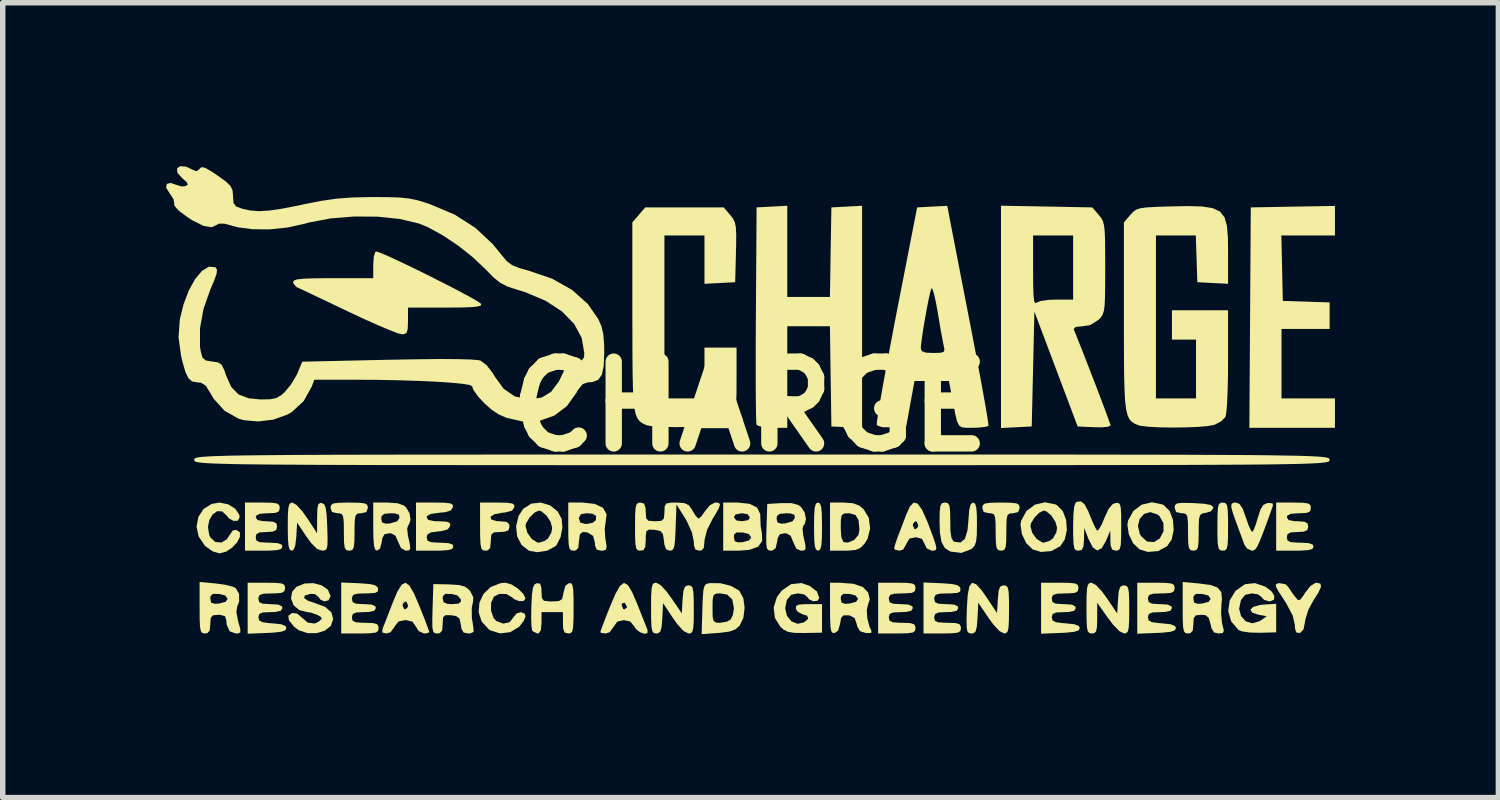
<source format=kicad_pcb>
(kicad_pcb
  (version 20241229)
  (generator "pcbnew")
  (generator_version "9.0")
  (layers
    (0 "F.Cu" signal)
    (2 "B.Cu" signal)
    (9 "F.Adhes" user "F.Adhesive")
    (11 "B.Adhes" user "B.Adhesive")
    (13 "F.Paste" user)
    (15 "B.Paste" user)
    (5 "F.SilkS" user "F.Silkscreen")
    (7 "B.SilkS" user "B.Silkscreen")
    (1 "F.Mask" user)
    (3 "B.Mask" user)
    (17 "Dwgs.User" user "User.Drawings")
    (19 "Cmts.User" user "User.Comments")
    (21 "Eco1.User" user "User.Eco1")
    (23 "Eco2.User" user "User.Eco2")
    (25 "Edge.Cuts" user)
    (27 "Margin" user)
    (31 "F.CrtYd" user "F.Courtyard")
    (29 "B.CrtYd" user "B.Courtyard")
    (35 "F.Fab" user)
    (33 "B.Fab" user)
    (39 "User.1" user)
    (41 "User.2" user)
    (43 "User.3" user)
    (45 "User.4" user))
  (footprint "CHARGE"
    (layer "F.Cu")
    (at 10.715 4.41)
    (property "Reference" "CHARGE" (at 0 0 0) (layer "F.SilkS") (effects (font (size 1.5 1.5) (thickness 0.3))))
    (attr board_only exclude_from_pos_files exclude_from_bom)
    (fp_poly (pts (xy 1.286 1.782) (xy 1.309 1.845) (xy 1.32 1.97) (xy 1.324 2.174) (xy 1.324 2.207) (xy 1.321 2.422) (xy 1.311 2.556) (xy 1.29 2.626) (xy 1.256 2.648) (xy 1.25 2.648) (xy 1.215 2.631) (xy 1.192 2.568) (xy 1.181 2.443) (xy 1.177 2.239) (xy 1.177 2.207) (xy 1.18 1.991) (xy 1.19 1.857) (xy 1.211 1.787) (xy 1.245 1.765) (xy 1.25 1.765)) (stroke (width 0) (type solid)) (fill yes) (layer "F.SilkS"))
    (fp_poly (pts (xy 8.726 1.773) (xy 8.755 1.807) (xy 8.77 1.888) (xy 8.776 2.033) (xy 8.777 2.207) (xy 8.776 2.416) (xy 8.768 2.547) (xy 8.75 2.616) (xy 8.718 2.644) (xy 8.679 2.648) (xy 8.633 2.641) (xy 8.604 2.606) (xy 8.588 2.526) (xy 8.582 2.381) (xy 8.581 2.207) (xy 8.583 1.997) (xy 8.59 1.867) (xy 8.608 1.797) (xy 8.64 1.77) (xy 8.679 1.765)) (stroke (width 0) (type solid)) (fill yes) (layer "F.SilkS"))
    (fp_poly (pts (xy 10.739 -3.409) (xy 10.739 -3.138) (xy 10.247 -3.138) (xy 9.755 -3.138) (xy 9.769 -2.538) (xy 9.782 -1.937) (xy 10.211 -1.923) (xy 10.641 -1.909) (xy 10.641 -1.665) (xy 10.641 -1.422) (xy 10.199 -1.422) (xy 9.758 -1.422) (xy 9.758 -0.785) (xy 9.758 -0.147) (xy 10.248 -0.147) (xy 10.739 -0.147) (xy 10.739 0.123) (xy 10.739 0.392) (xy 9.954 0.392) (xy 9.168 0.392) (xy 9.181 -1.63) (xy 9.194 -3.653) (xy 9.966 -3.667) (xy 10.739 -3.68)) (stroke (width 0) (type solid)) (fill yes) (layer "F.SilkS"))
    (fp_poly (pts (xy -4.457 1.768) (xy -4.361 1.782) (xy -4.325 1.811) (xy -4.324 1.851) (xy -4.368 1.913) (xy -4.483 1.945) (xy -4.548 1.952) (xy -4.692 1.98) (xy -4.76 2.026) (xy -4.749 2.074) (xy -4.655 2.105) (xy -4.585 2.108) (xy -4.466 2.119) (xy -4.419 2.162) (xy -4.413 2.207) (xy -4.432 2.274) (xy -4.507 2.301) (xy -4.585 2.305) (xy -4.7 2.312) (xy -4.747 2.355) (xy -4.756 2.463) (xy -4.756 2.476) (xy -4.767 2.595) (xy -4.81 2.642) (xy -4.854 2.648) (xy -4.901 2.641) (xy -4.93 2.606) (xy -4.945 2.526) (xy -4.952 2.381) (xy -4.953 2.207) (xy -4.953 1.765) (xy -4.63 1.765)) (stroke (width 0) (type solid)) (fill yes) (layer "F.SilkS"))
    (fp_poly (pts (xy 1.891 1.777) (xy 2.008 1.821) (xy 2.086 1.886) (xy 2.183 2.046) (xy 2.207 2.24) (xy 2.159 2.432) (xy 2.105 2.519) (xy 2.03 2.596) (xy 1.939 2.635) (xy 1.797 2.647) (xy 1.737 2.648) (xy 1.471 2.648) (xy 1.471 2.231) (xy 1.667 2.231) (xy 1.678 2.404) (xy 1.718 2.491) (xy 1.798 2.5) (xy 1.916 2.45) (xy 1.994 2.356) (xy 2.01 2.258) (xy 1.994 2.087) (xy 1.939 1.994) (xy 1.833 1.962) (xy 1.809 1.961) (xy 1.728 1.966) (xy 1.686 1.997) (xy 1.67 2.078) (xy 1.667 2.231) (xy 1.471 2.231) (xy 1.471 2.207) (xy 1.471 1.765) (xy 1.718 1.765)) (stroke (width 0) (type solid)) (fill yes) (layer "F.SilkS"))
    (fp_poly (pts (xy 8.987 1.79) (xy 9.045 1.877) (xy 9.102 2.035) (xy 9.153 2.18) (xy 9.198 2.278) (xy 9.22 2.305) (xy 9.25 2.262) (xy 9.292 2.15) (xy 9.322 2.047) (xy 9.372 1.891) (xy 9.424 1.808) (xy 9.496 1.775) (xy 9.508 1.773) (xy 9.593 1.778) (xy 9.601 1.822) (xy 9.495 2.117) (xy 9.415 2.332) (xy 9.356 2.479) (xy 9.313 2.572) (xy 9.278 2.622) (xy 9.246 2.644) (xy 9.211 2.648) (xy 9.123 2.607) (xy 9.077 2.538) (xy 9.038 2.432) (xy 8.98 2.274) (xy 8.931 2.143) (xy 8.865 1.958) (xy 8.835 1.845) (xy 8.841 1.788) (xy 8.882 1.767) (xy 8.922 1.765)) (stroke (width 0) (type solid)) (fill yes) (layer "F.SilkS"))
    (fp_poly (pts (xy 10.472 3.253) (xy 10.484 3.31) (xy 10.434 3.42) (xy 10.35 3.55) (xy 10.251 3.732) (xy 10.195 3.914) (xy 10.19 3.951) (xy 10.162 4.093) (xy 10.103 4.155) (xy 10.089 4.159) (xy 10.029 4.149) (xy 10.005 4.075) (xy 10.003 4.012) (xy 9.963 3.838) (xy 9.842 3.61) (xy 9.807 3.555) (xy 9.707 3.403) (xy 9.658 3.314) (xy 9.653 3.269) (xy 9.688 3.249) (xy 9.72 3.244) (xy 9.834 3.265) (xy 9.88 3.311) (xy 9.95 3.417) (xy 10.007 3.494) (xy 10.058 3.552) (xy 10.099 3.551) (xy 10.153 3.482) (xy 10.195 3.415) (xy 10.291 3.295) (xy 10.384 3.238) (xy 10.399 3.236)) (stroke (width 0) (type solid)) (fill yes) (layer "F.SilkS"))
    (fp_poly (pts (xy 2.059 -1.643) (xy 2.059 0.397) (xy 1.778 0.382) (xy 1.496 0.368) (xy 1.482 -0.552) (xy 1.469 -1.471) (xy 1.078 -1.471) (xy 0.686 -1.471) (xy 0.686 -0.539) (xy 0.686 0.392) (xy 0.415 0.392) (xy 0.236 0.381) (xy 0.136 0.349) (xy 0.12 0.331) (xy 0.116 0.27) (xy 0.112 0.122) (xy 0.109 -0.103) (xy 0.107 -0.394) (xy 0.107 -0.739) (xy 0.107 -1.128) (xy 0.109 -1.55) (xy 0.11 -1.692) (xy 0.123 -3.653) (xy 0.405 -3.668) (xy 0.686 -3.683) (xy 0.686 -2.846) (xy 0.686 -2.01) (xy 1.078 -2.01) (xy 1.469 -2.01) (xy 1.482 -2.832) (xy 1.496 -3.653) (xy 1.778 -3.668) (xy 2.059 -3.683)) (stroke (width 0) (type solid)) (fill yes) (layer "F.SilkS"))
    (fp_poly (pts (xy 7.571 1.799) (xy 7.597 1.812) (xy 7.705 1.92) (xy 7.766 2.084) (xy 7.779 2.269) (xy 7.741 2.444) (xy 7.658 2.567) (xy 7.494 2.655) (xy 7.304 2.671) (xy 7.151 2.624) (xy 7.034 2.511) (xy 6.955 2.346) (xy 6.932 2.193) (xy 7.123 2.193) (xy 7.156 2.338) (xy 7.179 2.379) (xy 7.29 2.48) (xy 7.416 2.49) (xy 7.523 2.424) (xy 7.593 2.293) (xy 7.591 2.143) (xy 7.519 2.014) (xy 7.481 1.984) (xy 7.349 1.94) (xy 7.234 1.974) (xy 7.154 2.065) (xy 7.123 2.193) (xy 6.932 2.193) (xy 6.929 2.171) (xy 6.941 2.097) (xy 7.039 1.919) (xy 7.193 1.803) (xy 7.379 1.76)) (stroke (width 0) (type solid)) (fill yes) (layer "F.SilkS"))
    (fp_poly (pts (xy 8.083 1.773) (xy 8.152 1.775) (xy 8.344 1.788) (xy 8.455 1.808) (xy 8.503 1.842) (xy 8.508 1.863) (xy 8.464 1.925) (xy 8.373 1.952) (xy 8.302 1.965) (xy 8.262 1.997) (xy 8.243 2.072) (xy 8.238 2.211) (xy 8.238 2.308) (xy 8.235 2.487) (xy 8.223 2.59) (xy 8.195 2.636) (xy 8.146 2.648) (xy 8.14 2.648) (xy 8.088 2.639) (xy 8.059 2.597) (xy 8.045 2.502) (xy 8.042 2.332) (xy 8.042 2.305) (xy 8.04 2.125) (xy 8.029 2.023) (xy 8.003 1.975) (xy 7.952 1.962) (xy 7.919 1.961) (xy 7.823 1.939) (xy 7.797 1.861) (xy 7.804 1.81) (xy 7.841 1.781) (xy 7.927 1.77)) (stroke (width 0) (type solid)) (fill yes) (layer "F.SilkS"))
    (fp_poly (pts (xy -7.175 1.768) (xy -7.071 1.78) (xy -7.024 1.807) (xy -7.012 1.856) (xy -7.012 1.863) (xy -7.041 1.94) (xy -7.135 1.961) (xy -7.199 1.966) (xy -7.235 1.996) (xy -7.252 2.071) (xy -7.257 2.213) (xy -7.257 2.305) (xy -7.26 2.485) (xy -7.272 2.588) (xy -7.299 2.636) (xy -7.347 2.648) (xy -7.355 2.648) (xy -7.407 2.639) (xy -7.436 2.597) (xy -7.45 2.502) (xy -7.453 2.332) (xy -7.453 2.305) (xy -7.455 2.125) (xy -7.466 2.023) (xy -7.492 1.975) (xy -7.543 1.962) (xy -7.576 1.961) (xy -7.672 1.938) (xy -7.698 1.863) (xy -7.689 1.812) (xy -7.647 1.782) (xy -7.552 1.769) (xy -7.383 1.765) (xy -7.355 1.765)) (stroke (width 0) (type solid)) (fill yes) (layer "F.SilkS"))
    (fp_poly (pts (xy 4.79 1.768) (xy 4.893 1.78) (xy 4.94 1.807) (xy 4.952 1.856) (xy 4.953 1.863) (xy 4.924 1.94) (xy 4.83 1.961) (xy 4.766 1.966) (xy 4.729 1.996) (xy 4.712 2.071) (xy 4.708 2.213) (xy 4.707 2.305) (xy 4.705 2.485) (xy 4.693 2.588) (xy 4.666 2.636) (xy 4.617 2.648) (xy 4.609 2.648) (xy 4.558 2.639) (xy 4.528 2.597) (xy 4.515 2.502) (xy 4.511 2.332) (xy 4.511 2.305) (xy 4.509 2.125) (xy 4.499 2.023) (xy 4.472 1.975) (xy 4.421 1.962) (xy 4.389 1.961) (xy 4.292 1.938) (xy 4.266 1.863) (xy 4.275 1.812) (xy 4.317 1.782) (xy 4.412 1.769) (xy 4.582 1.765) (xy 4.609 1.765)) (stroke (width 0) (type solid)) (fill yes) (layer "F.SilkS"))
    (fp_poly (pts (xy -4.376 3.268) (xy -4.255 3.346) (xy -4.158 3.442) (xy -4.119 3.528) (xy -4.156 3.572) (xy -4.239 3.574) (xy -4.329 3.537) (xy -4.364 3.506) (xy -4.472 3.443) (xy -4.604 3.442) (xy -4.698 3.491) (xy -4.751 3.604) (xy -4.752 3.751) (xy -4.705 3.884) (xy -4.655 3.939) (xy -4.525 3.987) (xy -4.408 3.96) (xy -4.338 3.868) (xy -4.283 3.8) (xy -4.202 3.777) (xy -4.135 3.804) (xy -4.119 3.851) (xy -4.151 3.936) (xy -4.231 4.039) (xy -4.239 4.048) (xy -4.399 4.144) (xy -4.587 4.166) (xy -4.765 4.111) (xy -4.788 4.096) (xy -4.922 3.952) (xy -4.979 3.781) (xy -4.965 3.603) (xy -4.889 3.44) (xy -4.756 3.314) (xy -4.575 3.244) (xy -4.487 3.236)) (stroke (width 0) (type solid)) (fill yes) (layer "F.SilkS"))
    (fp_poly (pts (xy -3.669 1.816) (xy -3.529 1.928) (xy -3.456 2.062) (xy -3.441 2.223) (xy -3.475 2.398) (xy -3.547 2.54) (xy -3.571 2.567) (xy -3.723 2.649) (xy -3.908 2.676) (xy -4.055 2.649) (xy -4.192 2.543) (xy -4.273 2.383) (xy -4.292 2.196) (xy -4.291 2.196) (xy -4.119 2.196) (xy -4.085 2.32) (xy -4.004 2.433) (xy -3.904 2.496) (xy -3.874 2.501) (xy -3.766 2.468) (xy -3.706 2.424) (xy -3.644 2.314) (xy -3.629 2.228) (xy -3.66 2.115) (xy -3.736 2.001) (xy -3.828 1.925) (xy -3.874 1.912) (xy -3.956 1.951) (xy -4.045 2.041) (xy -4.108 2.145) (xy -4.119 2.196) (xy -4.291 2.196) (xy -4.246 2.01) (xy -4.159 1.878) (xy -4.011 1.784) (xy -3.838 1.765)) (stroke (width 0) (type solid)) (fill yes) (layer "F.SilkS"))
    (fp_poly (pts (xy 4.151 3.263) (xy 4.253 3.374) (xy 4.349 3.512) (xy 4.536 3.793) (xy 4.551 3.539) (xy 4.565 3.388) (xy 4.592 3.311) (xy 4.643 3.286) (xy 4.661 3.285) (xy 4.706 3.293) (xy 4.735 3.33) (xy 4.75 3.413) (xy 4.756 3.562) (xy 4.756 3.727) (xy 4.754 3.937) (xy 4.746 4.068) (xy 4.728 4.137) (xy 4.696 4.165) (xy 4.665 4.168) (xy 4.584 4.126) (xy 4.473 4.008) (xy 4.383 3.886) (xy 4.192 3.604) (xy 4.178 3.886) (xy 4.165 4.047) (xy 4.142 4.132) (xy 4.1 4.165) (xy 4.066 4.168) (xy 4.02 4.161) (xy 3.992 4.129) (xy 3.979 4.053) (xy 3.977 3.914) (xy 3.982 3.715) (xy 3.998 3.462) (xy 4.028 3.304) (xy 4.077 3.238)) (stroke (width 0) (type solid)) (fill yes) (layer "F.SilkS"))
    (fp_poly (pts (xy 5.609 1.799) (xy 5.635 1.812) (xy 5.743 1.92) (xy 5.805 2.084) (xy 5.818 2.269) (xy 5.779 2.444) (xy 5.696 2.567) (xy 5.533 2.655) (xy 5.342 2.671) (xy 5.189 2.624) (xy 5.073 2.511) (xy 4.993 2.346) (xy 4.971 2.196) (xy 5.149 2.196) (xy 5.182 2.32) (xy 5.264 2.433) (xy 5.364 2.496) (xy 5.393 2.501) (xy 5.502 2.468) (xy 5.562 2.424) (xy 5.624 2.314) (xy 5.639 2.228) (xy 5.607 2.115) (xy 5.531 2.001) (xy 5.44 1.925) (xy 5.394 1.912) (xy 5.311 1.951) (xy 5.223 2.041) (xy 5.16 2.145) (xy 5.149 2.196) (xy 4.971 2.196) (xy 4.967 2.171) (xy 4.979 2.097) (xy 5.078 1.919) (xy 5.232 1.803) (xy 5.417 1.76)) (stroke (width 0) (type solid)) (fill yes) (layer "F.SilkS"))
    (fp_poly (pts (xy -9.577 1.797) (xy -9.446 1.879) (xy -9.372 1.99) (xy -9.366 2.035) (xy -9.399 2.097) (xy -9.476 2.102) (xy -9.562 2.056) (xy -9.599 2.01) (xy -9.687 1.927) (xy -9.778 1.923) (xy -9.861 1.981) (xy -9.922 2.084) (xy -9.948 2.214) (xy -9.926 2.356) (xy -9.903 2.406) (xy -9.814 2.488) (xy -9.701 2.498) (xy -9.599 2.438) (xy -9.56 2.375) (xy -9.493 2.278) (xy -9.427 2.266) (xy -9.361 2.312) (xy -9.361 2.395) (xy -9.413 2.495) (xy -9.502 2.591) (xy -9.613 2.665) (xy -9.733 2.697) (xy -9.74 2.697) (xy -9.861 2.661) (xy -9.992 2.568) (xy -10.007 2.554) (xy -10.12 2.385) (xy -10.157 2.203) (xy -10.124 2.029) (xy -10.03 1.884) (xy -9.881 1.79) (xy -9.736 1.765)) (stroke (width 0) (type solid)) (fill yes) (layer "F.SilkS"))
    (fp_poly (pts (xy -8.324 1.807) (xy -8.223 1.916) (xy -8.128 2.048) (xy -7.945 2.329) (xy -7.944 2.044) (xy -7.94 1.883) (xy -7.924 1.799) (xy -7.888 1.772) (xy -7.858 1.774) (xy -7.815 1.797) (xy -7.788 1.856) (xy -7.771 1.971) (xy -7.76 2.161) (xy -7.758 2.219) (xy -7.752 2.425) (xy -7.755 2.551) (xy -7.77 2.617) (xy -7.802 2.643) (xy -7.856 2.647) (xy -7.948 2.614) (xy -8.053 2.509) (xy -8.14 2.39) (xy -8.311 2.133) (xy -8.326 2.39) (xy -8.345 2.555) (xy -8.38 2.635) (xy -8.412 2.648) (xy -8.447 2.629) (xy -8.469 2.56) (xy -8.48 2.427) (xy -8.483 2.212) (xy -8.483 2.207) (xy -8.481 1.995) (xy -8.472 1.864) (xy -8.453 1.794) (xy -8.421 1.768) (xy -8.397 1.766)) (stroke (width 0) (type solid)) (fill yes) (layer "F.SilkS"))
    (fp_poly (pts (xy -8.776 1.768) (xy -8.68 1.782) (xy -8.639 1.813) (xy -8.63 1.863) (xy -8.645 1.925) (xy -8.705 1.954) (xy -8.835 1.961) (xy -8.851 1.961) (xy -8.996 1.971) (xy -9.062 2.004) (xy -9.071 2.035) (xy -9.039 2.086) (xy -8.932 2.107) (xy -8.875 2.108) (xy -8.747 2.117) (xy -8.69 2.15) (xy -8.679 2.207) (xy -8.696 2.271) (xy -8.762 2.299) (xy -8.875 2.305) (xy -9.004 2.313) (xy -9.06 2.346) (xy -9.071 2.403) (xy -9.059 2.462) (xy -9.004 2.491) (xy -8.883 2.5) (xy -8.826 2.501) (xy -8.672 2.509) (xy -8.597 2.536) (xy -8.581 2.574) (xy -8.601 2.614) (xy -8.674 2.637) (xy -8.817 2.647) (xy -8.924 2.648) (xy -9.268 2.648) (xy -9.268 2.207) (xy -9.268 1.765) (xy -8.949 1.765)) (stroke (width 0) (type solid)) (fill yes) (layer "F.SilkS"))
    (fp_poly (pts (xy -1.642 3.278) (xy -1.531 3.396) (xy -1.441 3.518) (xy -1.25 3.8) (xy -1.236 3.543) (xy -1.221 3.39) (xy -1.194 3.312) (xy -1.145 3.286) (xy -1.125 3.285) (xy -1.08 3.293) (xy -1.052 3.33) (xy -1.037 3.413) (xy -1.031 3.562) (xy -1.03 3.727) (xy -1.031 3.936) (xy -1.039 4.067) (xy -1.057 4.136) (xy -1.089 4.164) (xy -1.127 4.168) (xy -1.22 4.122) (xy -1.342 3.985) (xy -1.409 3.89) (xy -1.594 3.611) (xy -1.608 3.89) (xy -1.621 4.05) (xy -1.645 4.134) (xy -1.688 4.165) (xy -1.719 4.168) (xy -1.763 4.16) (xy -1.791 4.125) (xy -1.807 4.045) (xy -1.813 3.901) (xy -1.814 3.702) (xy -1.813 3.485) (xy -1.805 3.348) (xy -1.788 3.273) (xy -1.759 3.242) (xy -1.723 3.236)) (stroke (width 0) (type solid)) (fill yes) (layer "F.SilkS"))
    (fp_poly (pts (xy -0.545 3.245) (xy -0.352 3.293) (xy -0.205 3.376) (xy -0.193 3.386) (xy -0.121 3.518) (xy -0.097 3.695) (xy -0.119 3.878) (xy -0.189 4.024) (xy -0.266 4.092) (xy -0.378 4.133) (xy -0.554 4.156) (xy -0.583 4.158) (xy -0.886 4.18) (xy -0.872 3.72) (xy -0.872 3.702) (xy -0.686 3.702) (xy -0.684 3.856) (xy -0.667 3.937) (xy -0.625 3.967) (xy -0.549 3.972) (xy -0.427 3.952) (xy -0.353 3.913) (xy -0.311 3.824) (xy -0.294 3.702) (xy -0.324 3.542) (xy -0.417 3.454) (xy -0.549 3.432) (xy -0.628 3.438) (xy -0.669 3.47) (xy -0.684 3.553) (xy -0.686 3.702) (xy -0.872 3.702) (xy -0.864 3.506) (xy -0.853 3.37) (xy -0.833 3.294) (xy -0.8 3.259) (xy -0.747 3.245) (xy -0.741 3.244)) (stroke (width 0) (type solid)) (fill yes) (layer "F.SilkS"))
    (fp_poly (pts (xy -0.005 1.788) (xy 0.132 1.857) (xy 0.19 1.976) (xy 0.192 2.054) (xy 0.198 2.202) (xy 0.219 2.319) (xy 0.226 2.471) (xy 0.15 2.575) (xy -0.011 2.633) (xy -0.204 2.648) (xy -0.49 2.648) (xy -0.49 2.403) (xy -0.294 2.403) (xy -0.279 2.474) (xy -0.214 2.496) (xy -0.135 2.492) (xy -0.013 2.459) (xy 0.025 2.403) (xy -0.021 2.342) (xy -0.135 2.314) (xy -0.245 2.313) (xy -0.289 2.351) (xy -0.294 2.403) (xy -0.49 2.403) (xy -0.49 2.207) (xy -0.49 2.035) (xy -0.294 2.035) (xy -0.25 2.093) (xy -0.147 2.108) (xy -0.03 2.087) (xy 0 2.035) (xy -0.044 1.977) (xy -0.147 1.961) (xy -0.264 1.983) (xy -0.294 2.035) (xy -0.49 2.035) (xy -0.49 1.765) (xy -0.224 1.765)) (stroke (width 0) (type solid)) (fill yes) (layer "F.SilkS"))
    (fp_poly (pts (xy 4.134 1.786) (xy 4.156 1.858) (xy 4.166 1.999) (xy 4.168 2.155) (xy 4.165 2.354) (xy 4.152 2.48) (xy 4.125 2.557) (xy 4.076 2.608) (xy 4.059 2.621) (xy 3.881 2.689) (xy 3.681 2.664) (xy 3.678 2.663) (xy 3.58 2.602) (xy 3.518 2.492) (xy 3.488 2.316) (xy 3.481 2.124) (xy 3.484 1.939) (xy 3.495 1.831) (xy 3.52 1.78) (xy 3.565 1.766) (xy 3.58 1.765) (xy 3.631 1.774) (xy 3.661 1.816) (xy 3.674 1.911) (xy 3.678 2.08) (xy 3.678 2.11) (xy 3.682 2.301) (xy 3.7 2.415) (xy 3.734 2.472) (xy 3.758 2.486) (xy 3.869 2.497) (xy 3.947 2.429) (xy 3.994 2.275) (xy 4.011 2.091) (xy 4.025 1.906) (xy 4.049 1.803) (xy 4.088 1.766) (xy 4.097 1.765)) (stroke (width 0) (type solid)) (fill yes) (layer "F.SilkS"))
    (fp_poly (pts (xy 6.351 3.278) (xy 6.462 3.396) (xy 6.551 3.518) (xy 6.742 3.8) (xy 6.757 3.543) (xy 6.771 3.39) (xy 6.798 3.312) (xy 6.847 3.286) (xy 6.867 3.285) (xy 6.913 3.293) (xy 6.941 3.33) (xy 6.956 3.413) (xy 6.962 3.562) (xy 6.963 3.727) (xy 6.961 3.937) (xy 6.953 4.067) (xy 6.935 4.137) (xy 6.903 4.164) (xy 6.869 4.168) (xy 6.783 4.126) (xy 6.667 4.007) (xy 6.575 3.886) (xy 6.375 3.604) (xy 6.375 3.886) (xy 6.371 4.046) (xy 6.354 4.131) (xy 6.316 4.164) (xy 6.276 4.168) (xy 6.231 4.161) (xy 6.202 4.128) (xy 6.186 4.05) (xy 6.18 3.91) (xy 6.178 3.702) (xy 6.18 3.485) (xy 6.188 3.348) (xy 6.204 3.273) (xy 6.234 3.242) (xy 6.27 3.236)) (stroke (width 0) (type solid)) (fill yes) (layer "F.SilkS"))
    (fp_poly (pts (xy 10.151 1.768) (xy 10.247 1.782) (xy 10.289 1.813) (xy 10.297 1.863) (xy 10.283 1.925) (xy 10.223 1.954) (xy 10.092 1.961) (xy 10.077 1.961) (xy 9.931 1.971) (xy 9.865 2.004) (xy 9.856 2.035) (xy 9.888 2.086) (xy 9.996 2.107) (xy 10.052 2.108) (xy 10.18 2.117) (xy 10.237 2.15) (xy 10.248 2.207) (xy 10.232 2.271) (xy 10.165 2.299) (xy 10.052 2.305) (xy 9.924 2.313) (xy 9.867 2.346) (xy 9.856 2.403) (xy 9.869 2.462) (xy 9.924 2.491) (xy 10.044 2.5) (xy 10.101 2.501) (xy 10.255 2.509) (xy 10.331 2.536) (xy 10.346 2.574) (xy 10.326 2.614) (xy 10.254 2.637) (xy 10.111 2.647) (xy 10.003 2.648) (xy 9.66 2.648) (xy 9.66 2.207) (xy 9.66 1.765) (xy 9.979 1.765)) (stroke (width 0) (type solid)) (fill yes) (layer "F.SilkS"))
    (fp_poly (pts (xy -5.601 1.768) (xy -5.498 1.78) (xy -5.455 1.806) (xy -5.452 1.85) (xy -5.452 1.851) (xy -5.49 1.909) (xy -5.592 1.941) (xy -5.701 1.952) (xy -5.857 1.973) (xy -5.927 2.014) (xy -5.933 2.038) (xy -5.902 2.085) (xy -5.796 2.106) (xy -5.709 2.108) (xy -5.571 2.115) (xy -5.509 2.139) (xy -5.5 2.19) (xy -5.501 2.194) (xy -5.545 2.256) (xy -5.66 2.289) (xy -5.725 2.295) (xy -5.86 2.314) (xy -5.921 2.352) (xy -5.933 2.406) (xy -5.919 2.463) (xy -5.862 2.491) (xy -5.738 2.5) (xy -5.688 2.501) (xy -5.534 2.509) (xy -5.459 2.536) (xy -5.443 2.574) (xy -5.463 2.614) (xy -5.536 2.637) (xy -5.679 2.647) (xy -5.786 2.648) (xy -6.129 2.648) (xy -6.129 2.207) (xy -6.129 1.765) (xy -5.783 1.765)) (stroke (width 0) (type solid)) (fill yes) (layer "F.SilkS"))
    (fp_poly (pts (xy -2.239 3.279) (xy -2.161 3.41) (xy -2.066 3.632) (xy -2.062 3.641) (xy -1.988 3.83) (xy -1.925 3.987) (xy -1.885 4.088) (xy -1.878 4.107) (xy -1.881 4.163) (xy -1.937 4.173) (xy -2.017 4.145) (xy -2.091 4.087) (xy -2.117 4.045) (xy -2.197 3.948) (xy -2.314 3.923) (xy -2.434 3.95) (xy -2.501 4.045) (xy -2.575 4.145) (xy -2.647 4.168) (xy -2.727 4.158) (xy -2.746 4.144) (xy -2.729 4.091) (xy -2.683 3.968) (xy -2.616 3.796) (xy -2.569 3.678) (xy -2.557 3.65) (xy -2.354 3.65) (xy -2.328 3.717) (xy -2.305 3.727) (xy -2.257 3.691) (xy -2.256 3.68) (xy -2.291 3.614) (xy -2.305 3.604) (xy -2.347 3.615) (xy -2.354 3.65) (xy -2.557 3.65) (xy -2.467 3.439) (xy -2.384 3.293) (xy -2.311 3.24)) (stroke (width 0) (type solid)) (fill yes) (layer "F.SilkS"))
    (fp_poly (pts (xy -6.248 3.291) (xy -6.164 3.438) (xy -6.061 3.678) (xy -5.985 3.869) (xy -5.926 4.024) (xy -5.891 4.122) (xy -5.884 4.144) (xy -5.925 4.163) (xy -5.983 4.168) (xy -6.081 4.123) (xy -6.129 4.045) (xy -6.192 3.952) (xy -6.305 3.923) (xy -6.325 3.923) (xy -6.447 3.946) (xy -6.515 4.029) (xy -6.522 4.045) (xy -6.599 4.147) (xy -6.673 4.168) (xy -6.747 4.15) (xy -6.744 4.084) (xy -6.743 4.082) (xy -6.71 3.998) (xy -6.652 3.85) (xy -6.581 3.667) (xy -6.576 3.653) (xy -6.375 3.653) (xy -6.348 3.718) (xy -6.325 3.727) (xy -6.282 3.687) (xy -6.276 3.653) (xy -6.303 3.588) (xy -6.325 3.58) (xy -6.369 3.619) (xy -6.375 3.653) (xy -6.576 3.653) (xy -6.562 3.616) (xy -6.471 3.4) (xy -6.393 3.273) (xy -6.322 3.236)) (stroke (width 0) (type solid)) (fill yes) (layer "F.SilkS"))
    (fp_poly (pts (xy 1.094 3.293) (xy 1.23 3.397) (xy 1.274 3.518) (xy 1.239 3.569) (xy 1.162 3.576) (xy 1.086 3.541) (xy 1.061 3.506) (xy 0.993 3.451) (xy 0.883 3.432) (xy 0.755 3.459) (xy 0.68 3.551) (xy 0.679 3.551) (xy 0.647 3.705) (xy 0.68 3.843) (xy 0.762 3.946) (xy 0.877 3.99) (xy 0.993 3.964) (xy 1.07 3.899) (xy 1.053 3.843) (xy 0.969 3.816) (xy 0.876 3.77) (xy 0.843 3.714) (xy 0.848 3.663) (xy 0.901 3.637) (xy 1.026 3.629) (xy 1.075 3.629) (xy 1.324 3.629) (xy 1.324 3.891) (xy 1.324 4.153) (xy 1.001 4.159) (xy 0.817 4.157) (xy 0.699 4.138) (xy 0.615 4.095) (xy 0.56 4.046) (xy 0.458 3.881) (xy 0.437 3.689) (xy 0.496 3.499) (xy 0.585 3.38) (xy 0.758 3.262) (xy 0.944 3.242)) (stroke (width 0) (type solid)) (fill yes) (layer "F.SilkS"))
    (fp_poly (pts (xy 9.46 3.308) (xy 9.57 3.389) (xy 9.626 3.476) (xy 9.621 3.547) (xy 9.547 3.579) (xy 9.538 3.58) (xy 9.438 3.551) (xy 9.397 3.506) (xy 9.329 3.451) (xy 9.219 3.432) (xy 9.092 3.458) (xy 9.016 3.55) (xy 9.013 3.557) (xy 8.98 3.714) (xy 9.015 3.849) (xy 9.102 3.945) (xy 9.222 3.982) (xy 9.357 3.942) (xy 9.372 3.932) (xy 9.488 3.851) (xy 9.341 3.825) (xy 9.22 3.785) (xy 9.187 3.732) (xy 9.236 3.681) (xy 9.36 3.645) (xy 9.427 3.638) (xy 9.66 3.623) (xy 9.66 3.885) (xy 9.66 4.147) (xy 9.353 4.155) (xy 9.17 4.15) (xy 9.028 4.128) (xy 8.969 4.104) (xy 8.835 3.948) (xy 8.78 3.758) (xy 8.806 3.562) (xy 8.914 3.386) (xy 8.921 3.38) (xy 9.088 3.264) (xy 9.269 3.243)) (stroke (width 0) (type solid)) (fill yes) (layer "F.SilkS"))
    (fp_poly (pts (xy 3.077 1.783) (xy 3.156 1.891) (xy 3.248 2.093) (xy 3.279 2.172) (xy 3.359 2.385) (xy 3.406 2.523) (xy 3.423 2.601) (xy 3.411 2.637) (xy 3.372 2.647) (xy 3.335 2.648) (xy 3.244 2.604) (xy 3.207 2.525) (xy 3.158 2.431) (xy 3.054 2.403) (xy 3.04 2.403) (xy 2.93 2.426) (xy 2.876 2.513) (xy 2.873 2.525) (xy 2.813 2.627) (xy 2.745 2.648) (xy 2.666 2.63) (xy 2.648 2.605) (xy 2.665 2.534) (xy 2.706 2.416) (xy 2.713 2.396) (xy 2.771 2.247) (xy 2.796 2.182) (xy 2.991 2.182) (xy 3.018 2.247) (xy 3.04 2.256) (xy 3.084 2.216) (xy 3.089 2.182) (xy 3.063 2.117) (xy 3.04 2.108) (xy 2.997 2.148) (xy 2.991 2.182) (xy 2.796 2.182) (xy 2.84 2.065) (xy 2.865 1.998) (xy 2.936 1.838) (xy 3.005 1.766)) (stroke (width 0) (type solid)) (fill yes) (layer "F.SilkS"))
    (fp_poly (pts (xy -8.695 3.239) (xy -8.592 3.251) (xy -8.544 3.278) (xy -8.532 3.327) (xy -8.532 3.334) (xy -8.545 3.393) (xy -8.6 3.423) (xy -8.721 3.432) (xy -8.777 3.432) (xy -8.924 3.438) (xy -8.998 3.46) (xy -9.021 3.508) (xy -9.022 3.531) (xy -9.008 3.592) (xy -8.948 3.621) (xy -8.818 3.629) (xy -8.802 3.629) (xy -8.656 3.638) (xy -8.59 3.671) (xy -8.581 3.702) (xy -8.61 3.751) (xy -8.708 3.773) (xy -8.802 3.776) (xy -8.94 3.782) (xy -9.005 3.809) (xy -9.022 3.867) (xy -9.022 3.871) (xy -9.007 3.929) (xy -8.947 3.961) (xy -8.819 3.978) (xy -8.765 3.982) (xy -8.603 3.999) (xy -8.523 4.033) (xy -8.508 4.07) (xy -8.53 4.111) (xy -8.608 4.137) (xy -8.759 4.153) (xy -8.863 4.158) (xy -9.219 4.172) (xy -9.219 3.704) (xy -9.219 3.236) (xy -8.875 3.236)) (stroke (width 0) (type solid)) (fill yes) (layer "F.SilkS"))
    (fp_poly (pts (xy 5.868 3.239) (xy 5.972 3.251) (xy 6.019 3.278) (xy 6.031 3.327) (xy 6.031 3.334) (xy 6.018 3.393) (xy 5.964 3.423) (xy 5.843 3.432) (xy 5.786 3.432) (xy 5.639 3.438) (xy 5.566 3.46) (xy 5.542 3.508) (xy 5.541 3.531) (xy 5.555 3.592) (xy 5.615 3.621) (xy 5.746 3.629) (xy 5.762 3.629) (xy 5.907 3.638) (xy 5.973 3.671) (xy 5.982 3.702) (xy 5.953 3.751) (xy 5.855 3.773) (xy 5.762 3.776) (xy 5.623 3.782) (xy 5.558 3.809) (xy 5.541 3.867) (xy 5.541 3.871) (xy 5.556 3.929) (xy 5.616 3.961) (xy 5.744 3.978) (xy 5.798 3.982) (xy 5.96 3.999) (xy 6.04 4.033) (xy 6.056 4.07) (xy 6.034 4.111) (xy 5.955 4.137) (xy 5.805 4.153) (xy 5.7 4.158) (xy 5.345 4.172) (xy 5.345 3.704) (xy 5.345 3.236) (xy 5.688 3.236)) (stroke (width 0) (type solid)) (fill yes) (layer "F.SilkS"))
    (fp_poly (pts (xy 7.634 3.239) (xy 7.737 3.251) (xy 7.784 3.278) (xy 7.796 3.327) (xy 7.797 3.334) (xy 7.784 3.393) (xy 7.729 3.423) (xy 7.608 3.432) (xy 7.551 3.432) (xy 7.404 3.438) (xy 7.331 3.46) (xy 7.307 3.508) (xy 7.306 3.531) (xy 7.321 3.592) (xy 7.381 3.621) (xy 7.511 3.629) (xy 7.527 3.629) (xy 7.672 3.638) (xy 7.739 3.671) (xy 7.747 3.702) (xy 7.719 3.751) (xy 7.62 3.773) (xy 7.527 3.776) (xy 7.389 3.782) (xy 7.323 3.809) (xy 7.306 3.867) (xy 7.306 3.871) (xy 7.321 3.929) (xy 7.381 3.961) (xy 7.51 3.978) (xy 7.564 3.982) (xy 7.725 3.999) (xy 7.805 4.033) (xy 7.821 4.07) (xy 7.799 4.111) (xy 7.721 4.137) (xy 7.57 4.153) (xy 7.466 4.158) (xy 7.11 4.172) (xy 7.11 3.704) (xy 7.11 3.236) (xy 7.453 3.236)) (stroke (width 0) (type solid)) (fill yes) (layer "F.SilkS"))
    (fp_poly (pts (xy -7.861 3.284) (xy -7.747 3.364) (xy -7.699 3.476) (xy -7.698 3.484) (xy -7.734 3.559) (xy -7.811 3.579) (xy -7.888 3.543) (xy -7.914 3.503) (xy -7.984 3.445) (xy -8.067 3.441) (xy -8.17 3.471) (xy -8.183 3.517) (xy -8.109 3.569) (xy -8.002 3.604) (xy -7.798 3.679) (xy -7.683 3.78) (xy -7.649 3.901) (xy -7.692 4.027) (xy -7.801 4.115) (xy -7.953 4.162) (xy -8.12 4.162) (xy -8.278 4.11) (xy -8.363 4.048) (xy -8.461 3.927) (xy -8.473 3.844) (xy -8.403 3.791) (xy -8.308 3.803) (xy -8.244 3.859) (xy -8.115 3.969) (xy -7.987 3.985) (xy -7.915 3.95) (xy -7.857 3.898) (xy -7.881 3.86) (xy -7.932 3.831) (xy -8.053 3.786) (xy -8.126 3.776) (xy -8.273 3.739) (xy -8.376 3.648) (xy -8.423 3.527) (xy -8.403 3.402) (xy -8.325 3.313) (xy -8.177 3.251) (xy -8.013 3.244)) (stroke (width 0) (type solid)) (fill yes) (layer "F.SilkS"))
    (fp_poly (pts (xy -7.172 3.246) (xy -6.989 3.259) (xy -6.884 3.281) (xy -6.835 3.318) (xy -6.825 3.347) (xy -6.83 3.398) (xy -6.884 3.424) (xy -7.008 3.432) (xy -7.057 3.432) (xy -7.206 3.437) (xy -7.28 3.459) (xy -7.305 3.506) (xy -7.306 3.531) (xy -7.292 3.592) (xy -7.232 3.621) (xy -7.101 3.629) (xy -7.086 3.629) (xy -6.94 3.638) (xy -6.874 3.671) (xy -6.865 3.702) (xy -6.894 3.751) (xy -6.992 3.773) (xy -7.086 3.776) (xy -7.223 3.782) (xy -7.289 3.809) (xy -7.306 3.867) (xy -7.306 3.874) (xy -7.293 3.933) (xy -7.238 3.962) (xy -7.118 3.971) (xy -7.061 3.972) (xy -6.914 3.977) (xy -6.841 3.999) (xy -6.817 4.047) (xy -6.816 4.07) (xy -6.825 4.121) (xy -6.867 4.151) (xy -6.962 4.164) (xy -7.132 4.168) (xy -7.159 4.168) (xy -7.502 4.168) (xy -7.502 3.7) (xy -7.502 3.232)) (stroke (width 0) (type solid)) (fill yes) (layer "F.SilkS"))
    (fp_poly (pts (xy -3.282 3.247) (xy -3.257 3.282) (xy -3.243 3.368) (xy -3.237 3.521) (xy -3.236 3.699) (xy -3.238 3.916) (xy -3.245 4.054) (xy -3.261 4.129) (xy -3.29 4.161) (xy -3.334 4.168) (xy -3.399 4.152) (xy -3.427 4.085) (xy -3.432 3.972) (xy -3.432 3.776) (xy -3.629 3.776) (xy -3.825 3.776) (xy -3.825 3.972) (xy -3.836 4.107) (xy -3.876 4.164) (xy -3.9 4.168) (xy -3.981 4.131) (xy -4 4.102) (xy -4.01 4.024) (xy -4.015 3.877) (xy -4.012 3.69) (xy -4.011 3.649) (xy -4 3.45) (xy -3.983 3.33) (xy -3.954 3.268) (xy -3.911 3.245) (xy -3.852 3.254) (xy -3.828 3.324) (xy -3.825 3.404) (xy -3.819 3.517) (xy -3.782 3.567) (xy -3.686 3.579) (xy -3.632 3.58) (xy -3.506 3.573) (xy -3.448 3.538) (xy -3.426 3.45) (xy -3.423 3.421) (xy -3.385 3.289) (xy -3.322 3.245)) (stroke (width 0) (type solid)) (fill yes) (layer "F.SilkS"))
    (fp_poly (pts (xy -2.846 1.79) (xy -2.696 1.863) (xy -2.63 1.979) (xy -2.65 2.136) (xy -2.665 2.247) (xy -2.656 2.4) (xy -2.65 2.442) (xy -2.63 2.571) (xy -2.642 2.63) (xy -2.695 2.647) (xy -2.728 2.648) (xy -2.812 2.63) (xy -2.842 2.556) (xy -2.844 2.506) (xy -2.878 2.377) (xy -2.983 2.313) (xy -3.069 2.305) (xy -3.121 2.348) (xy -3.138 2.476) (xy -3.149 2.595) (xy -3.192 2.642) (xy -3.236 2.648) (xy -3.283 2.641) (xy -3.312 2.606) (xy -3.327 2.526) (xy -3.333 2.381) (xy -3.334 2.207) (xy -3.334 2.059) (xy -3.138 2.059) (xy -3.114 2.132) (xy -3.025 2.157) (xy -2.996 2.158) (xy -2.886 2.136) (xy -2.828 2.089) (xy -2.822 2.009) (xy -2.892 1.969) (xy -2.999 1.961) (xy -3.103 1.979) (xy -3.138 2.043) (xy -3.138 2.059) (xy -3.334 2.059) (xy -3.334 1.765) (xy -3.074 1.765)) (stroke (width 0) (type solid)) (fill yes) (layer "F.SilkS"))
    (fp_poly (pts (xy 3.518 3.246) (xy 3.7 3.259) (xy 3.806 3.281) (xy 3.854 3.318) (xy 3.865 3.347) (xy 3.86 3.398) (xy 3.806 3.424) (xy 3.681 3.432) (xy 3.632 3.432) (xy 3.484 3.437) (xy 3.409 3.459) (xy 3.385 3.506) (xy 3.383 3.531) (xy 3.398 3.592) (xy 3.458 3.621) (xy 3.588 3.629) (xy 3.604 3.629) (xy 3.749 3.638) (xy 3.816 3.671) (xy 3.825 3.702) (xy 3.796 3.751) (xy 3.698 3.773) (xy 3.604 3.776) (xy 3.466 3.782) (xy 3.401 3.809) (xy 3.383 3.867) (xy 3.383 3.874) (xy 3.396 3.933) (xy 3.451 3.962) (xy 3.572 3.971) (xy 3.629 3.972) (xy 3.776 3.977) (xy 3.849 3.999) (xy 3.873 4.047) (xy 3.874 4.07) (xy 3.864 4.121) (xy 3.823 4.151) (xy 3.727 4.164) (xy 3.558 4.168) (xy 3.531 4.168) (xy 3.187 4.168) (xy 3.187 3.7) (xy 3.187 3.232)) (stroke (width 0) (type solid)) (fill yes) (layer "F.SilkS"))
    (fp_poly (pts (xy 8.24 3.25) (xy 8.455 3.278) (xy 8.587 3.327) (xy 8.652 3.409) (xy 8.665 3.538) (xy 8.656 3.625) (xy 8.649 3.802) (xy 8.665 3.97) (xy 8.674 4.009) (xy 8.7 4.116) (xy 8.68 4.16) (xy 8.604 4.168) (xy 8.52 4.149) (xy 8.473 4.073) (xy 8.455 3.996) (xy 8.422 3.88) (xy 8.364 3.832) (xy 8.281 3.825) (xy 8.186 3.835) (xy 8.147 3.885) (xy 8.14 3.996) (xy 8.129 4.115) (xy 8.086 4.162) (xy 8.042 4.168) (xy 7.996 4.161) (xy 7.968 4.128) (xy 7.952 4.051) (xy 7.945 3.912) (xy 7.944 3.695) (xy 7.944 3.531) (xy 8.14 3.531) (xy 8.155 3.601) (xy 8.22 3.623) (xy 8.299 3.619) (xy 8.421 3.587) (xy 8.458 3.531) (xy 8.413 3.47) (xy 8.299 3.442) (xy 8.189 3.441) (xy 8.145 3.479) (xy 8.14 3.531) (xy 7.944 3.531) (xy 7.944 3.223)) (stroke (width 0) (type solid)) (fill yes) (layer "F.SilkS"))
    (fp_poly (pts (xy -6.465 1.778) (xy -6.349 1.82) (xy -6.309 1.855) (xy -6.247 1.964) (xy -6.229 2.083) (xy -6.259 2.169) (xy -6.271 2.179) (xy -6.291 2.242) (xy -6.278 2.366) (xy -6.273 2.39) (xy -6.24 2.538) (xy -6.235 2.615) (xy -6.262 2.644) (xy -6.318 2.648) (xy -6.404 2.601) (xy -6.455 2.489) (xy -6.506 2.374) (xy -6.584 2.331) (xy -6.622 2.329) (xy -6.708 2.346) (xy -6.747 2.417) (xy -6.758 2.489) (xy -6.789 2.608) (xy -6.843 2.648) (xy -6.878 2.628) (xy -6.9 2.559) (xy -6.911 2.423) (xy -6.914 2.207) (xy -6.914 2.063) (xy -6.767 2.063) (xy -6.751 2.131) (xy -6.683 2.152) (xy -6.608 2.148) (xy -6.476 2.11) (xy -6.433 2.047) (xy -6.441 1.989) (xy -6.511 1.965) (xy -6.592 1.961) (xy -6.711 1.972) (xy -6.76 2.012) (xy -6.767 2.063) (xy -6.914 2.063) (xy -6.914 1.765) (xy -6.652 1.765)) (stroke (width 0) (type solid)) (fill yes) (layer "F.SilkS"))
    (fp_poly (pts (xy 1.897 3.255) (xy 2.073 3.314) (xy 2.169 3.414) (xy 2.171 3.419) (xy 2.201 3.543) (xy 2.171 3.626) (xy 2.145 3.735) (xy 2.155 3.89) (xy 2.195 4.045) (xy 2.23 4.117) (xy 2.227 4.157) (xy 2.14 4.161) (xy 2.126 4.159) (xy 2.02 4.126) (xy 1.97 4.038) (xy 1.961 3.996) (xy 1.922 3.885) (xy 1.835 3.839) (xy 1.805 3.834) (xy 1.714 3.836) (xy 1.673 3.887) (xy 1.658 3.981) (xy 1.62 4.114) (xy 1.557 4.159) (xy 1.517 4.157) (xy 1.492 4.122) (xy 1.478 4.036) (xy 1.472 3.883) (xy 1.471 3.706) (xy 1.471 3.531) (xy 1.667 3.531) (xy 1.683 3.601) (xy 1.747 3.623) (xy 1.827 3.619) (xy 1.949 3.587) (xy 1.986 3.531) (xy 1.94 3.47) (xy 1.827 3.442) (xy 1.716 3.441) (xy 1.673 3.479) (xy 1.667 3.531) (xy 1.471 3.531) (xy 1.471 3.236) (xy 1.637 3.236)) (stroke (width 0) (type solid)) (fill yes) (layer "F.SilkS"))
    (fp_poly (pts (xy 2.877 3.239) (xy 2.981 3.251) (xy 3.028 3.278) (xy 3.04 3.327) (xy 3.04 3.334) (xy 3.027 3.393) (xy 2.972 3.423) (xy 2.852 3.432) (xy 2.795 3.432) (xy 2.648 3.438) (xy 2.575 3.46) (xy 2.551 3.508) (xy 2.55 3.531) (xy 2.564 3.592) (xy 2.624 3.621) (xy 2.755 3.629) (xy 2.77 3.629) (xy 2.916 3.638) (xy 2.982 3.671) (xy 2.991 3.702) (xy 2.962 3.751) (xy 2.864 3.773) (xy 2.77 3.776) (xy 2.633 3.782) (xy 2.567 3.809) (xy 2.55 3.867) (xy 2.55 3.874) (xy 2.563 3.933) (xy 2.618 3.962) (xy 2.738 3.971) (xy 2.795 3.972) (xy 2.942 3.977) (xy 3.015 3.999) (xy 3.039 4.047) (xy 3.04 4.07) (xy 3.031 4.121) (xy 2.989 4.151) (xy 2.894 4.164) (xy 2.724 4.168) (xy 2.697 4.168) (xy 2.354 4.168) (xy 2.354 3.702) (xy 2.354 3.236) (xy 2.697 3.236)) (stroke (width 0) (type solid)) (fill yes) (layer "F.SilkS"))
    (fp_poly (pts (xy -9.805 3.25) (xy -9.634 3.273) (xy -9.497 3.308) (xy -9.437 3.336) (xy -9.377 3.442) (xy -9.375 3.581) (xy -9.411 3.673) (xy -9.426 3.771) (xy -9.398 3.928) (xy -9.39 3.955) (xy -9.354 4.085) (xy -9.353 4.147) (xy -9.392 4.167) (xy -9.439 4.168) (xy -9.549 4.128) (xy -9.604 4.008) (xy -9.611 3.919) (xy -9.636 3.849) (xy -9.727 3.825) (xy -9.758 3.825) (xy -9.857 3.834) (xy -9.897 3.883) (xy -9.905 3.996) (xy -9.916 4.115) (xy -9.959 4.162) (xy -10.003 4.168) (xy -10.048 4.161) (xy -10.077 4.128) (xy -10.093 4.051) (xy -10.1 3.912) (xy -10.101 3.695) (xy -10.101 3.531) (xy -9.905 3.531) (xy -9.89 3.601) (xy -9.825 3.623) (xy -9.746 3.619) (xy -9.624 3.587) (xy -9.586 3.531) (xy -9.632 3.47) (xy -9.746 3.442) (xy -9.856 3.441) (xy -9.9 3.479) (xy -9.905 3.531) (xy -10.101 3.531) (xy -10.101 3.223)) (stroke (width 0) (type solid)) (fill yes) (layer "F.SilkS"))
    (fp_poly (pts (xy -5.519 3.267) (xy -5.342 3.278) (xy -5.231 3.307) (xy -5.155 3.365) (xy -5.137 3.386) (xy -5.078 3.5) (xy -5.081 3.575) (xy -5.106 3.702) (xy -5.104 3.878) (xy -5.076 4.058) (xy -5.072 4.14) (xy -5.134 4.167) (xy -5.169 4.168) (xy -5.255 4.151) (xy -5.295 4.08) (xy -5.305 4.009) (xy -5.329 3.896) (xy -5.393 3.848) (xy -5.48 3.834) (xy -5.586 3.831) (xy -5.63 3.868) (xy -5.639 3.972) (xy -5.639 3.993) (xy -5.649 4.113) (xy -5.691 4.161) (xy -5.739 4.168) (xy -5.786 4.162) (xy -5.814 4.131) (xy -5.828 4.057) (xy -5.83 3.922) (xy -5.825 3.714) (xy -5.819 3.527) (xy -5.639 3.527) (xy -5.621 3.596) (xy -5.551 3.625) (xy -5.464 3.629) (xy -5.346 3.619) (xy -5.304 3.582) (xy -5.305 3.543) (xy -5.367 3.47) (xy -5.48 3.442) (xy -5.591 3.441) (xy -5.634 3.48) (xy -5.639 3.527) (xy -5.819 3.527) (xy -5.811 3.261)) (stroke (width 0) (type solid)) (fill yes) (layer "F.SilkS"))
    (fp_poly (pts (xy 0.768 1.776) (xy 0.888 1.809) (xy 0.937 1.844) (xy 1.004 1.944) (xy 1.029 2.063) (xy 1.008 2.158) (xy 0.986 2.179) (xy 0.966 2.242) (xy 0.979 2.366) (xy 0.985 2.39) (xy 1.017 2.538) (xy 1.022 2.615) (xy 0.994 2.644) (xy 0.933 2.648) (xy 0.85 2.61) (xy 0.795 2.489) (xy 0.795 2.489) (xy 0.748 2.374) (xy 0.673 2.332) (xy 0.634 2.329) (xy 0.549 2.347) (xy 0.51 2.418) (xy 0.499 2.489) (xy 0.472 2.604) (xy 0.411 2.646) (xy 0.387 2.648) (xy 0.341 2.641) (xy 0.313 2.607) (xy 0.301 2.527) (xy 0.3 2.383) (xy 0.305 2.219) (xy 0.31 2.063) (xy 0.49 2.063) (xy 0.507 2.131) (xy 0.574 2.152) (xy 0.649 2.148) (xy 0.781 2.11) (xy 0.825 2.047) (xy 0.816 1.989) (xy 0.746 1.965) (xy 0.666 1.961) (xy 0.546 1.972) (xy 0.497 2.012) (xy 0.49 2.063) (xy 0.31 2.063) (xy 0.319 1.79) (xy 0.582 1.775)) (stroke (width 0) (type solid)) (fill yes) (layer "F.SilkS"))
    (fp_poly (pts (xy 6.144 1.798) (xy 6.213 1.929) (xy 6.251 2.024) (xy 6.309 2.163) (xy 6.357 2.258) (xy 6.376 2.281) (xy 6.41 2.251) (xy 6.464 2.153) (xy 6.508 2.046) (xy 6.585 1.879) (xy 6.66 1.793) (xy 6.711 1.774) (xy 6.76 1.772) (xy 6.791 1.796) (xy 6.808 1.863) (xy 6.815 1.992) (xy 6.816 2.201) (xy 6.816 2.203) (xy 6.814 2.414) (xy 6.807 2.545) (xy 6.789 2.615) (xy 6.757 2.643) (xy 6.718 2.648) (xy 6.652 2.63) (xy 6.623 2.558) (xy 6.617 2.464) (xy 6.615 2.28) (xy 6.538 2.464) (xy 6.458 2.603) (xy 6.376 2.644) (xy 6.294 2.588) (xy 6.217 2.439) (xy 6.137 2.231) (xy 6.133 2.439) (xy 6.123 2.573) (xy 6.092 2.634) (xy 6.031 2.648) (xy 5.984 2.64) (xy 5.955 2.606) (xy 5.94 2.524) (xy 5.934 2.378) (xy 5.933 2.212) (xy 5.938 1.982) (xy 5.953 1.837) (xy 5.981 1.764) (xy 5.999 1.751) (xy 6.077 1.743)) (stroke (width 0) (type solid)) (fill yes) (layer "F.SilkS"))
    (fp_poly (pts (xy -6.792 -2.823) (xy -6.654 -2.765) (xy -6.464 -2.677) (xy -6.236 -2.569) (xy -5.987 -2.447) (xy -5.733 -2.319) (xy -5.488 -2.195) (xy -5.27 -2.08) (xy -5.094 -1.985) (xy -4.976 -1.915) (xy -4.932 -1.88) (xy -4.939 -1.853) (xy -4.992 -1.835) (xy -5.104 -1.823) (xy -5.287 -1.816) (xy -5.554 -1.814) (xy -5.591 -1.814) (xy -6.276 -1.814) (xy -6.276 -1.569) (xy -6.281 -1.423) (xy -6.302 -1.35) (xy -6.35 -1.326) (xy -6.389 -1.324) (xy -6.466 -1.344) (xy -6.617 -1.402) (xy -6.824 -1.489) (xy -7.072 -1.6) (xy -7.347 -1.728) (xy -7.382 -1.745) (xy -7.655 -1.875) (xy -7.9 -1.992) (xy -8.102 -2.088) (xy -8.247 -2.156) (xy -8.32 -2.19) (xy -8.324 -2.191) (xy -8.38 -2.257) (xy -8.385 -2.285) (xy -8.368 -2.312) (xy -8.308 -2.332) (xy -8.192 -2.344) (xy -8.008 -2.351) (xy -7.742 -2.354) (xy -7.649 -2.354) (xy -6.914 -2.354) (xy -6.914 -2.599) (xy -6.904 -2.749) (xy -6.877 -2.833) (xy -6.86 -2.844)) (stroke (width 0) (type solid)) (fill yes) (layer "F.SilkS"))
    (fp_poly (pts (xy -0.362 -3.514) (xy -0.31 -3.447) (xy -0.276 -3.379) (xy -0.258 -3.287) (xy -0.251 -3.15) (xy -0.253 -2.946) (xy -0.256 -2.827) (xy -0.27 -2.28) (xy -0.552 -2.265) (xy -0.834 -2.251) (xy -0.834 -2.694) (xy -0.834 -3.138) (xy -1.201 -3.138) (xy -1.569 -3.138) (xy -1.569 -1.643) (xy -1.569 -0.147) (xy -1.201 -0.147) (xy -0.834 -0.147) (xy -0.834 -0.613) (xy -0.834 -1.079) (xy -0.539 -1.079) (xy -0.245 -1.079) (xy -0.245 -0.493) (xy -0.246 -0.242) (xy -0.253 -0.068) (xy -0.267 0.049) (xy -0.293 0.129) (xy -0.334 0.194) (xy -0.363 0.23) (xy -0.414 0.286) (xy -0.466 0.324) (xy -0.537 0.349) (xy -0.646 0.364) (xy -0.812 0.372) (xy -1.051 0.377) (xy -1.136 0.379) (xy -1.388 0.38) (xy -1.612 0.374) (xy -1.785 0.364) (xy -1.886 0.348) (xy -1.895 0.346) (xy -1.962 0.315) (xy -2.016 0.28) (xy -2.059 0.229) (xy -2.093 0.155) (xy -2.117 0.046) (xy -2.135 -0.107) (xy -2.146 -0.314) (xy -2.153 -0.583) (xy -2.156 -0.926) (xy -2.157 -1.351) (xy -2.158 -1.651) (xy -2.158 -3.378) (xy -2.039 -3.516) (xy -1.921 -3.653) (xy -1.201 -3.653) (xy -0.482 -3.653)) (stroke (width 0) (type solid)) (fill yes) (layer "F.SilkS"))
    (fp_poly (pts (xy 5.447 -3.669) (xy 6.285 -3.653) (xy 6.403 -3.516) (xy 6.447 -3.462) (xy 6.478 -3.405) (xy 6.499 -3.329) (xy 6.512 -3.219) (xy 6.519 -3.057) (xy 6.521 -2.828) (xy 6.522 -2.545) (xy 6.521 -2.241) (xy 6.518 -2.019) (xy 6.512 -1.863) (xy 6.498 -1.759) (xy 6.477 -1.689) (xy 6.446 -1.639) (xy 6.402 -1.592) (xy 6.401 -1.591) (xy 6.245 -1.492) (xy 6.102 -1.471) (xy 5.979 -1.459) (xy 5.944 -1.42) (xy 5.947 -1.41) (xy 6.045 -1.166) (xy 6.151 -0.897) (xy 6.258 -0.62) (xy 6.362 -0.351) (xy 6.456 -0.104) (xy 6.534 0.104) (xy 6.59 0.257) (xy 6.618 0.34) (xy 6.62 0.35) (xy 6.575 0.373) (xy 6.457 0.384) (xy 6.318 0.382) (xy 6.016 0.368) (xy 5.619 -0.686) (xy 5.222 -1.741) (xy 5.198 -0.686) (xy 5.173 0.368) (xy 4.891 0.382) (xy 4.609 0.397) (xy 4.609 -1.643) (xy 4.609 -2.491) (xy 5.198 -2.491) (xy 5.2 -2.222) (xy 5.206 -2.04) (xy 5.218 -1.935) (xy 5.237 -1.895) (xy 5.257 -1.903) (xy 5.336 -1.935) (xy 5.483 -1.956) (xy 5.624 -1.961) (xy 5.933 -1.961) (xy 5.933 -2.55) (xy 5.933 -3.138) (xy 5.565 -3.138) (xy 5.198 -3.138) (xy 5.198 -2.491) (xy 4.609 -2.491) (xy 4.609 -3.684)) (stroke (width 0) (type solid)) (fill yes) (layer "F.SilkS"))
    (fp_poly (pts (xy 8.3 -3.67) (xy 8.496 -3.639) (xy 8.629 -3.576) (xy 8.712 -3.471) (xy 8.756 -3.317) (xy 8.774 -3.103) (xy 8.777 -2.842) (xy 8.777 -2.251) (xy 8.495 -2.265) (xy 8.213 -2.28) (xy 8.199 -2.709) (xy 8.185 -3.138) (xy 7.819 -3.138) (xy 7.453 -3.138) (xy 7.453 -1.643) (xy 7.453 -0.147) (xy 7.821 -0.147) (xy 8.189 -0.147) (xy 8.189 -0.686) (xy 8.189 -1.226) (xy 7.968 -1.226) (xy 7.747 -1.226) (xy 7.747 -1.496) (xy 7.747 -1.765) (xy 8.262 -1.765) (xy 8.777 -1.765) (xy 8.777 -0.83) (xy 8.775 -0.531) (xy 8.768 -0.262) (xy 8.758 -0.04) (xy 8.744 0.118) (xy 8.729 0.194) (xy 8.729 0.194) (xy 8.651 0.273) (xy 8.529 0.337) (xy 8.526 0.338) (xy 8.41 0.36) (xy 8.225 0.376) (xy 7.996 0.385) (xy 7.751 0.388) (xy 7.513 0.384) (xy 7.31 0.373) (xy 7.167 0.355) (xy 7.128 0.344) (xy 7.061 0.315) (xy 7.006 0.28) (xy 6.963 0.23) (xy 6.93 0.155) (xy 6.905 0.046) (xy 6.887 -0.107) (xy 6.876 -0.314) (xy 6.869 -0.585) (xy 6.866 -0.928) (xy 6.865 -1.354) (xy 6.865 -1.651) (xy 6.865 -3.378) (xy 6.983 -3.516) (xy 7.038 -3.574) (xy 7.095 -3.614) (xy 7.174 -3.639) (xy 7.297 -3.654) (xy 7.482 -3.664) (xy 7.675 -3.67) (xy 8.031 -3.677)) (stroke (width 0) (type solid)) (fill yes) (layer "F.SilkS"))
    (fp_poly (pts (xy 3.655 -3.514) (xy 3.671 -3.429) (xy 3.704 -3.259) (xy 3.751 -3.016) (xy 3.81 -2.713) (xy 3.878 -2.36) (xy 3.954 -1.97) (xy 4.035 -1.554) (xy 4.043 -1.513) (xy 4.122 -1.103) (xy 4.194 -0.722) (xy 4.257 -0.382) (xy 4.309 -0.094) (xy 4.348 0.132) (xy 4.372 0.284) (xy 4.379 0.353) (xy 4.379 0.356) (xy 4.322 0.376) (xy 4.199 0.389) (xy 4.092 0.392) (xy 3.973 0.393) (xy 3.893 0.384) (xy 3.84 0.35) (xy 3.802 0.273) (xy 3.769 0.138) (xy 3.729 -0.071) (xy 3.714 -0.147) (xy 3.653 -0.466) (xy 3.337 -0.466) (xy 3.021 -0.466) (xy 2.945 -0.049) (xy 2.869 0.368) (xy 2.611 0.383) (xy 2.434 0.382) (xy 2.343 0.353) (xy 2.329 0.334) (xy 2.333 0.273) (xy 2.354 0.127) (xy 2.391 -0.095) (xy 2.441 -0.381) (xy 2.503 -0.721) (xy 2.568 -1.067) (xy 3.137 -1.067) (xy 3.157 -1.013) (xy 3.23 -0.987) (xy 3.365 -0.981) (xy 3.501 -0.985) (xy 3.563 -1.005) (xy 3.571 -1.054) (xy 3.563 -1.087) (xy 3.544 -1.179) (xy 3.513 -1.342) (xy 3.477 -1.55) (xy 3.452 -1.703) (xy 3.415 -1.906) (xy 3.38 -2.064) (xy 3.35 -2.156) (xy 3.335 -2.172) (xy 3.314 -2.111) (xy 3.283 -1.978) (xy 3.248 -1.797) (xy 3.211 -1.593) (xy 3.177 -1.392) (xy 3.152 -1.217) (xy 3.138 -1.093) (xy 3.137 -1.067) (xy 2.568 -1.067) (xy 2.575 -1.104) (xy 2.654 -1.521) (xy 2.687 -1.692) (xy 3.07 -3.653) (xy 3.347 -3.668) (xy 3.623 -3.682)) (stroke (width 0) (type solid)) (fill yes) (layer "F.SilkS"))
    (fp_poly (pts (xy -0.57 1.771) (xy -0.548 1.801) (xy -0.572 1.872) (xy -0.646 2.001) (xy -0.686 2.067) (xy -0.786 2.266) (xy -0.832 2.445) (xy -0.834 2.477) (xy -0.845 2.595) (xy -0.888 2.642) (xy -0.932 2.648) (xy -1 2.628) (xy -1.027 2.552) (xy -1.03 2.48) (xy -1.064 2.312) (xy -1.158 2.107) (xy -1.189 2.054) (xy -1.348 1.798) (xy -1.363 2.223) (xy -1.372 2.429) (xy -1.385 2.555) (xy -1.407 2.621) (xy -1.444 2.646) (xy -1.47 2.648) (xy -1.536 2.624) (xy -1.57 2.538) (xy -1.578 2.464) (xy -1.597 2.342) (xy -1.644 2.286) (xy -1.748 2.265) (xy -1.753 2.265) (xy -1.854 2.261) (xy -1.9 2.292) (xy -1.912 2.385) (xy -1.912 2.449) (xy -1.92 2.578) (xy -1.953 2.636) (xy -2.01 2.648) (xy -2.057 2.641) (xy -2.086 2.606) (xy -2.101 2.526) (xy -2.108 2.381) (xy -2.108 2.207) (xy -2.107 1.997) (xy -2.099 1.867) (xy -2.081 1.797) (xy -2.049 1.77) (xy -2.01 1.765) (xy -1.943 1.784) (xy -1.916 1.859) (xy -1.912 1.937) (xy -1.905 2.052) (xy -1.862 2.099) (xy -1.754 2.108) (xy -1.741 2.108) (xy -1.626 2.101) (xy -1.579 2.058) (xy -1.569 1.95) (xy -1.569 1.937) (xy -1.564 1.831) (xy -1.532 1.781) (xy -1.446 1.766) (xy -1.35 1.765) (xy -1.207 1.774) (xy -1.124 1.811) (xy -1.063 1.896) (xy -1.054 1.912) (xy -0.993 2.012) (xy -0.944 2.059) (xy -0.941 2.059) (xy -0.894 2.021) (xy -0.827 1.928) (xy -0.817 1.912) (xy -0.73 1.81) (xy -0.639 1.765) (xy -0.635 1.765)) (stroke (width 0) (type solid)) (fill yes) (layer "F.SilkS"))
    (fp_poly (pts (xy 1.41 0.883) (xy 2.506 0.883) (xy 3.511 0.883) (xy 4.43 0.883) (xy 5.266 0.883) (xy 6.024 0.884) (xy 6.707 0.885) (xy 7.318 0.886) (xy 7.863 0.887) (xy 8.345 0.889) (xy 8.768 0.891) (xy 9.135 0.893) (xy 9.451 0.896) (xy 9.719 0.9) (xy 9.944 0.904) (xy 10.128 0.908) (xy 10.277 0.913) (xy 10.394 0.919) (xy 10.483 0.925) (xy 10.547 0.932) (xy 10.591 0.94) (xy 10.618 0.948) (xy 10.633 0.958) (xy 10.639 0.968) (xy 10.641 0.979) (xy 10.641 0.981) (xy 10.64 0.992) (xy 10.635 1.002) (xy 10.622 1.012) (xy 10.597 1.02) (xy 10.556 1.028) (xy 10.495 1.035) (xy 10.411 1.042) (xy 10.299 1.047) (xy 10.156 1.053) (xy 9.978 1.057) (xy 9.76 1.061) (xy 9.5 1.065) (xy 9.192 1.068) (xy 8.834 1.07) (xy 8.421 1.072) (xy 7.949 1.074) (xy 7.415 1.075) (xy 6.815 1.076) (xy 6.145 1.077) (xy 5.4 1.078) (xy 4.577 1.078) (xy 3.673 1.079) (xy 2.682 1.079) (xy 1.602 1.079) (xy 0.429 1.079) (xy 0.221 1.079) (xy -0.969 1.079) (xy -2.065 1.079) (xy -3.07 1.079) (xy -3.989 1.078) (xy -4.825 1.078) (xy -5.582 1.077) (xy -6.265 1.077) (xy -6.877 1.076) (xy -7.422 1.074) (xy -7.904 1.073) (xy -8.327 1.07) (xy -8.694 1.068) (xy -9.01 1.065) (xy -9.278 1.062) (xy -9.502 1.058) (xy -9.687 1.053) (xy -9.836 1.048) (xy -9.953 1.043) (xy -10.041 1.036) (xy -10.106 1.029) (xy -10.15 1.022) (xy -10.177 1.013) (xy -10.192 1.004) (xy -10.198 0.994) (xy -10.199 0.983) (xy -10.199 0.981) (xy -10.198 0.969) (xy -10.193 0.959) (xy -10.18 0.95) (xy -10.155 0.941) (xy -10.114 0.933) (xy -10.054 0.926) (xy -9.97 0.92) (xy -9.858 0.914) (xy -9.715 0.909) (xy -9.536 0.904) (xy -9.319 0.9) (xy -9.058 0.897) (xy -8.751 0.894) (xy -8.393 0.891) (xy -7.98 0.889) (xy -7.508 0.887) (xy -6.974 0.886) (xy -6.374 0.885) (xy -5.703 0.884) (xy -4.959 0.884) (xy -4.136 0.883) (xy -3.231 0.883) (xy -2.241 0.883) (xy -1.161 0.883) (xy 0.012 0.883) (xy 0.221 0.883)) (stroke (width 0) (type solid)) (fill yes) (layer "F.SilkS"))
    (fp_poly (pts (xy -10.346 -4.4) (xy -10.246 -4.352) (xy -10.162 -4.316) (xy -10.11 -4.35) (xy -10.102 -4.363) (xy -10.065 -4.392) (xy -10.001 -4.38) (xy -9.892 -4.319) (xy -9.773 -4.239) (xy -9.622 -4.13) (xy -9.537 -4.05) (xy -9.498 -3.973) (xy -9.488 -3.876) (xy -9.488 -3.859) (xy -9.479 -3.735) (xy -9.432 -3.67) (xy -9.32 -3.629) (xy -9.317 -3.628) (xy -9.168 -3.596) (xy -9.012 -3.584) (xy -8.827 -3.595) (xy -8.594 -3.628) (xy -8.293 -3.687) (xy -8.183 -3.711) (xy -7.863 -3.774) (xy -7.582 -3.814) (xy -7.297 -3.835) (xy -6.962 -3.843) (xy -6.914 -3.843) (xy -6.632 -3.841) (xy -6.421 -3.834) (xy -6.256 -3.816) (xy -6.108 -3.786) (xy -5.952 -3.739) (xy -5.871 -3.712) (xy -5.418 -3.52) (xy -5.039 -3.278) (xy -4.717 -2.976) (xy -4.553 -2.774) (xy -4.463 -2.666) (xy -4.366 -2.594) (xy -4.23 -2.539) (xy -4.066 -2.493) (xy -3.631 -2.345) (xy -3.265 -2.139) (xy -2.975 -1.88) (xy -2.783 -1.603) (xy -2.724 -1.47) (xy -2.69 -1.325) (xy -2.676 -1.135) (xy -2.674 -0.988) (xy -2.683 -0.745) (xy -2.717 -0.583) (xy -2.784 -0.488) (xy -2.89 -0.447) (xy -2.975 -0.441) (xy -3.071 -0.408) (xy -3.159 -0.298) (xy -3.184 -0.251) (xy -3.36 -0.005) (xy -3.591 0.169) (xy -3.863 0.265) (xy -4.16 0.279) (xy -4.469 0.209) (xy -4.612 0.146) (xy -4.74 0.061) (xy -4.875 -0.059) (xy -4.995 -0.189) (xy -5.077 -0.306) (xy -5.1 -0.371) (xy -5.147 -0.394) (xy -5.281 -0.416) (xy -5.491 -0.436) (xy -5.765 -0.454) (xy -6.093 -0.469) (xy -6.463 -0.48) (xy -6.864 -0.488) (xy -7.285 -0.49) (xy -7.291 -0.49) (xy -7.995 -0.49) (xy -8.044 -0.361) (xy -8.192 -0.097) (xy -8.406 0.102) (xy -8.493 0.152) (xy -8.746 0.242) (xy -9.024 0.276) (xy -9.287 0.253) (xy -9.383 0.226) (xy -9.642 0.081) (xy -9.843 -0.141) (xy -9.911 -0.257) (xy -9.989 -0.381) (xy -10.073 -0.434) (xy -10.145 -0.441) (xy -10.236 -0.458) (xy -10.306 -0.517) (xy -10.363 -0.636) (xy -10.418 -0.829) (xy -10.442 -0.932) (xy -10.488 -1.271) (xy -10.464 -1.598) (xy -10.397 -1.871) (xy -10.298 -2.132) (xy -10.18 -2.342) (xy -10.055 -2.49) (xy -9.93 -2.564) (xy -9.816 -2.555) (xy -9.806 -2.549) (xy -9.781 -2.51) (xy -9.79 -2.432) (xy -9.839 -2.297) (xy -9.903 -2.149) (xy -10.029 -1.792) (xy -10.094 -1.431) (xy -10.094 -1.097) (xy -10.081 -1.013) (xy -10.049 -0.896) (xy -9.987 -0.843) (xy -9.87 -0.824) (xy -9.762 -0.808) (xy -9.697 -0.764) (xy -9.648 -0.667) (xy -9.615 -0.568) (xy -9.52 -0.357) (xy -9.388 -0.221) (xy -9.201 -0.149) (xy -8.981 -0.128) (xy -8.806 -0.131) (xy -8.691 -0.154) (xy -8.599 -0.209) (xy -8.537 -0.265) (xy -8.421 -0.406) (xy -8.32 -0.576) (xy -8.303 -0.614) (xy -8.217 -0.821) (xy -6.646 -0.856) (xy -6.127 -0.865) (xy -5.7 -0.87) (xy -5.365 -0.868) (xy -5.125 -0.861) (xy -4.981 -0.849) (xy -4.945 -0.841) (xy -4.834 -0.759) (xy -4.718 -0.609) (xy -4.685 -0.551) (xy -4.519 -0.323) (xy -4.316 -0.184) (xy -4.073 -0.131) (xy -4.04 -0.131) (xy -3.821 -0.163) (xy -3.649 -0.268) (xy -3.509 -0.455) (xy -3.453 -0.568) (xy -3.381 -0.719) (xy -3.321 -0.799) (xy -3.251 -0.83) (xy -3.188 -0.834) (xy -3.084 -0.845) (xy -3.045 -0.902) (xy -3.04 -0.982) (xy -3.088 -1.258) (xy -3.226 -1.514) (xy -3.448 -1.742) (xy -3.748 -1.938) (xy -4.119 -2.095) (xy -4.274 -2.143) (xy -4.45 -2.2) (xy -4.585 -2.27) (xy -4.715 -2.376) (xy -4.847 -2.512) (xy -5.079 -2.732) (xy -5.352 -2.949) (xy -5.639 -3.141) (xy -5.911 -3.29) (xy -6.077 -3.358) (xy -6.424 -3.44) (xy -6.83 -3.483) (xy -7.264 -3.486) (xy -7.695 -3.451) (xy -8.092 -3.376) (xy -8.182 -3.351) (xy -8.488 -3.284) (xy -8.815 -3.25) (xy -9.131 -3.252) (xy -9.4 -3.288) (xy -9.476 -3.309) (xy -9.647 -3.355) (xy -9.748 -3.354) (xy -9.774 -3.338) (xy -9.878 -3.289) (xy -10.027 -3.313) (xy -10.227 -3.412) (xy -10.316 -3.468) (xy -10.483 -3.591) (xy -10.562 -3.682) (xy -10.567 -3.721) (xy -10.579 -3.802) (xy -10.644 -3.902) (xy -10.648 -3.907) (xy -10.715 -4.013) (xy -10.705 -4.085) (xy -10.63 -4.102) (xy -10.544 -4.071) (xy -10.43 -4.037) (xy -10.357 -4.044) (xy -10.316 -4.074) (xy -10.343 -4.123) (xy -10.418 -4.187) (xy -10.508 -4.289) (xy -10.515 -4.368) (xy -10.456 -4.41)) (stroke (width 0) (type solid)) (fill yes) (layer "F.SilkS")))
  (gr_rect
    (start -3 -3)
    (end 24.454 11.59)
    (stroke (width 0.1) (type default))
    (fill no)
    (layer "Edge.Cuts")))
</source>
